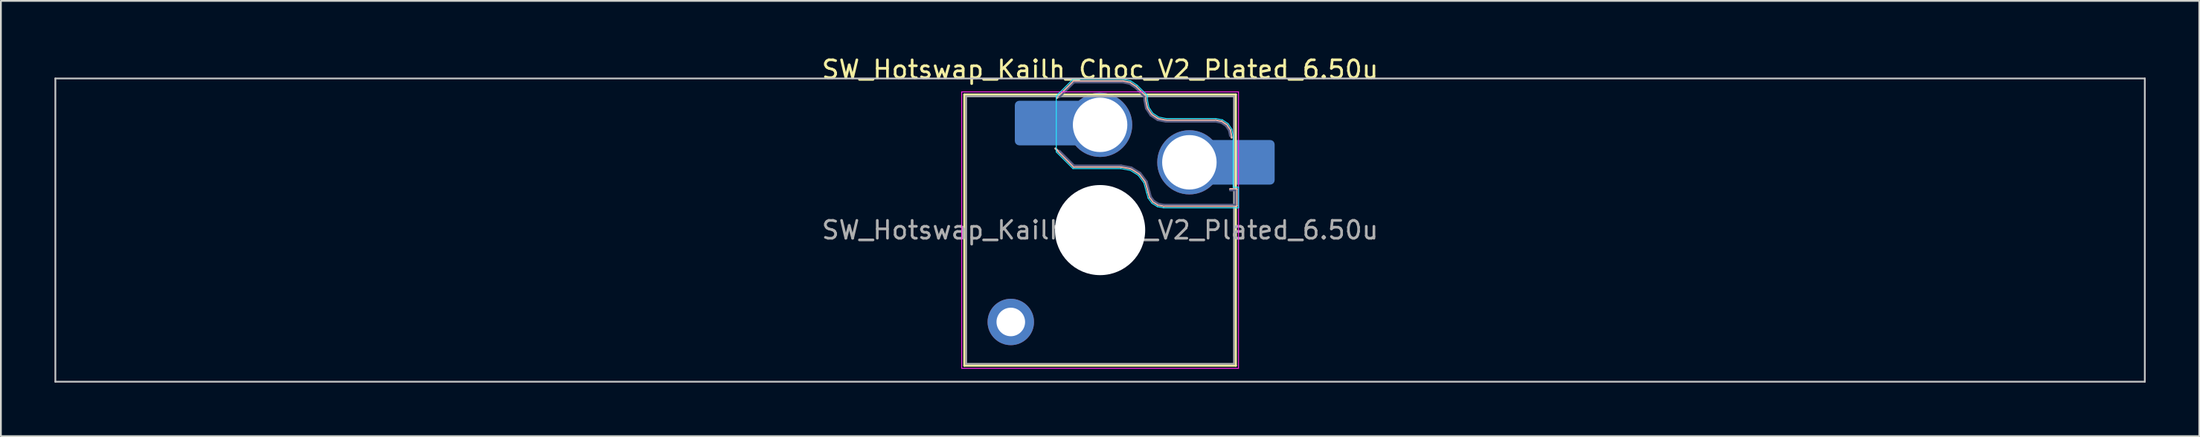
<source format=kicad_pcb>
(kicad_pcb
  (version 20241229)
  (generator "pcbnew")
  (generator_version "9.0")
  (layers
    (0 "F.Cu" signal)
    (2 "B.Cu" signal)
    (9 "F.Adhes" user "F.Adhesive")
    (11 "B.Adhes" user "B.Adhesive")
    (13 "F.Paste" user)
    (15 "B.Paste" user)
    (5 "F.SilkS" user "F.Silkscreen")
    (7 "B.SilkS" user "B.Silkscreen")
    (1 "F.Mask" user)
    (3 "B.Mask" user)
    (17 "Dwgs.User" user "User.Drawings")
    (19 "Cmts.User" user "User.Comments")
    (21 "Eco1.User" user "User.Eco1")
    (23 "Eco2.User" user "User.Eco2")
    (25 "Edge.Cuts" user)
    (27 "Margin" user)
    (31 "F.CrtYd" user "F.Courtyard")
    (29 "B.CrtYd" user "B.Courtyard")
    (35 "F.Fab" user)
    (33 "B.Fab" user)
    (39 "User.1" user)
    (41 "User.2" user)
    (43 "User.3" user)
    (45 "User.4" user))
  (footprint "SW_Hotswap_Kailh_Choc_V2_Plated_6.50u"
    (layer "F.Cu")
    (at 58.55 9.848)
    (property "Reference" "SW_Hotswap_Kailh_Choc_V2_Plated_6.50u" (at 0 -9 0) (layer "F.SilkS") (effects (font (size 1 1) (thickness 0.15))))
    (attr smd)
    (fp_line (start -7.6 -7.6) (end -7.6 7.6) (stroke (width 0.12) (type solid)) (layer "F.SilkS"))
    (fp_line (start -7.6 7.6) (end 7.6 7.6) (stroke (width 0.12) (type solid)) (layer "F.SilkS"))
    (fp_line (start 7.6 -7.6) (end -7.6 -7.6) (stroke (width 0.12) (type solid)) (layer "F.SilkS"))
    (fp_line (start 7.6 7.6) (end 7.6 -7.6) (stroke (width 0.12) (type solid)) (layer "F.SilkS"))
    (fp_line (start -2.416 -7.409) (end -1.479 -8.346) (stroke (width 0.12) (type solid)) (layer "B.SilkS"))
    (fp_line (start -1.479 -8.346) (end 1.268 -8.346) (stroke (width 0.12) (type solid)) (layer "B.SilkS"))
    (fp_line (start -1.479 -3.554) (end -2.5 -4.575) (stroke (width 0.12) (type solid)) (layer "B.SilkS"))
    (fp_line (start 1.168 -3.554) (end -1.479 -3.554) (stroke (width 0.12) (type solid)) (layer "B.SilkS"))
    (fp_line (start 1.268 -8.346) (end 1.671 -8.266) (stroke (width 0.12) (type solid)) (layer "B.SilkS"))
    (fp_line (start 1.671 -8.266) (end 2.013 -8.037) (stroke (width 0.12) (type solid)) (layer "B.SilkS"))
    (fp_line (start 1.73 -3.449) (end 1.168 -3.554) (stroke (width 0.12) (type solid)) (layer "B.SilkS"))
    (fp_line (start 2.013 -8.037) (end 2.546 -7.504) (stroke (width 0.12) (type solid)) (layer "B.SilkS"))
    (fp_line (start 2.209 -3.15) (end 1.73 -3.449) (stroke (width 0.12) (type solid)) (layer "B.SilkS"))
    (fp_line (start 2.546 -7.504) (end 2.546 -7.282) (stroke (width 0.12) (type solid)) (layer "B.SilkS"))
    (fp_line (start 2.546 -7.282) (end 2.633 -6.844) (stroke (width 0.12) (type solid)) (layer "B.SilkS"))
    (fp_line (start 2.547 -2.697) (end 2.209 -3.15) (stroke (width 0.12) (type solid)) (layer "B.SilkS"))
    (fp_line (start 2.633 -6.844) (end 2.877 -6.477) (stroke (width 0.12) (type solid)) (layer "B.SilkS"))
    (fp_line (start 2.701 -2.139) (end 2.547 -2.697) (stroke (width 0.12) (type solid)) (layer "B.SilkS"))
    (fp_line (start 2.783 -1.841) (end 2.701 -2.139) (stroke (width 0.12) (type solid)) (layer "B.SilkS"))
    (fp_line (start 2.877 -6.477) (end 3.244 -6.233) (stroke (width 0.12) (type solid)) (layer "B.SilkS"))
    (fp_line (start 2.976 -1.583) (end 2.783 -1.841) (stroke (width 0.12) (type solid)) (layer "B.SilkS"))
    (fp_line (start 3.244 -6.233) (end 3.682 -6.146) (stroke (width 0.12) (type solid)) (layer "B.SilkS"))
    (fp_line (start 3.25 -1.413) (end 2.976 -1.583) (stroke (width 0.12) (type solid)) (layer "B.SilkS"))
    (fp_line (start 3.56 -1.354) (end 3.25 -1.413) (stroke (width 0.12) (type solid)) (layer "B.SilkS"))
    (fp_line (start 3.682 -6.146) (end 6.482 -6.146) (stroke (width 0.12) (type solid)) (layer "B.SilkS"))
    (fp_line (start 6.482 -6.146) (end 6.809 -6.081) (stroke (width 0.12) (type solid)) (layer "B.SilkS"))
    (fp_line (start 6.809 -6.081) (end 7.092 -5.892) (stroke (width 0.12) (type solid)) (layer "B.SilkS"))
    (fp_line (start 7.092 -5.892) (end 7.281 -5.609) (stroke (width 0.12) (type solid)) (layer "B.SilkS"))
    (fp_line (start 7.281 -5.609) (end 7.366 -5.182) (stroke (width 0.12) (type solid)) (layer "B.SilkS"))
    (fp_line (start 7.283 -2.296) (end 7.646 -2.296) (stroke (width 0.12) (type solid)) (layer "B.SilkS"))
    (fp_line (start 7.646 -2.296) (end 7.646 -1.354) (stroke (width 0.12) (type solid)) (layer "B.SilkS"))
    (fp_line (start 7.646 -1.354) (end 3.56 -1.354) (stroke (width 0.12) (type solid)) (layer "B.SilkS"))
    (fp_line (start -58.5 -8.5) (end -58.5 8.5) (stroke (width 0.1) (type solid)) (layer "Dwgs.User"))
    (fp_line (start -58.5 8.5) (end 58.5 8.5) (stroke (width 0.1) (type solid)) (layer "Dwgs.User"))
    (fp_line (start 58.5 -8.5) (end -58.5 -8.5) (stroke (width 0.1) (type solid)) (layer "Dwgs.User"))
    (fp_line (start 58.5 8.5) (end 58.5 -8.5) (stroke (width 0.1) (type solid)) (layer "Dwgs.User"))
    (fp_line (start -7.25 -7.25) (end -7.25 7.25) (stroke (width 0.1) (type solid)) (layer "Eco1.User"))
    (fp_line (start -7.25 7.25) (end 7.25 7.25) (stroke (width 0.1) (type solid)) (layer "Eco1.User"))
    (fp_line (start 7.25 -7.25) (end -7.25 -7.25) (stroke (width 0.1) (type solid)) (layer "Eco1.User"))
    (fp_line (start 7.25 7.25) (end 7.25 -7.25) (stroke (width 0.1) (type solid)) (layer "Eco1.User"))
    (fp_line (start -2.452 -7.523) (end -1.523 -8.452) (stroke (width 0.05) (type solid)) (layer "B.CrtYd"))
    (fp_line (start -2.452 -4.377) (end -2.452 -7.523) (stroke (width 0.05) (type solid)) (layer "B.CrtYd"))
    (fp_line (start -1.523 -8.452) (end 1.278 -8.452) (stroke (width 0.05) (type solid)) (layer "B.CrtYd"))
    (fp_line (start -1.523 -3.448) (end -2.452 -4.377) (stroke (width 0.05) (type solid)) (layer "B.CrtYd"))
    (fp_line (start 1.159 -3.448) (end -1.523 -3.448) (stroke (width 0.05) (type solid)) (layer "B.CrtYd"))
    (fp_line (start 1.278 -8.452) (end 1.712 -8.366) (stroke (width 0.05) (type solid)) (layer "B.CrtYd"))
    (fp_line (start 1.691 -3.348) (end 1.159 -3.448) (stroke (width 0.05) (type solid)) (layer "B.CrtYd"))
    (fp_line (start 1.712 -8.366) (end 2.081 -8.119) (stroke (width 0.05) (type solid)) (layer "B.CrtYd"))
    (fp_line (start 2.081 -8.119) (end 2.652 -7.548) (stroke (width 0.05) (type solid)) (layer "B.CrtYd"))
    (fp_line (start 2.136 -3.071) (end 1.691 -3.348) (stroke (width 0.05) (type solid)) (layer "B.CrtYd"))
    (fp_line (start 2.45 -2.65) (end 2.136 -3.071) (stroke (width 0.05) (type solid)) (layer "B.CrtYd"))
    (fp_line (start 2.599 -2.111) (end 2.45 -2.65) (stroke (width 0.05) (type solid)) (layer "B.CrtYd"))
    (fp_line (start 2.652 -7.548) (end 2.652 -7.292) (stroke (width 0.05) (type solid)) (layer "B.CrtYd"))
    (fp_line (start 2.652 -7.292) (end 2.733 -6.885) (stroke (width 0.05) (type solid)) (layer "B.CrtYd"))
    (fp_line (start 2.687 -1.794) (end 2.599 -2.111) (stroke (width 0.05) (type solid)) (layer "B.CrtYd"))
    (fp_line (start 2.733 -6.885) (end 2.953 -6.553) (stroke (width 0.05) (type solid)) (layer "B.CrtYd"))
    (fp_line (start 2.903 -1.503) (end 2.687 -1.794) (stroke (width 0.05) (type solid)) (layer "B.CrtYd"))
    (fp_line (start 2.953 -6.553) (end 3.285 -6.333) (stroke (width 0.05) (type solid)) (layer "B.CrtYd"))
    (fp_line (start 3.211 -1.312) (end 2.903 -1.503) (stroke (width 0.05) (type solid)) (layer "B.CrtYd"))
    (fp_line (start 3.285 -6.333) (end 3.692 -6.252) (stroke (width 0.05) (type solid)) (layer "B.CrtYd"))
    (fp_line (start 3.55 -1.248) (end 3.211 -1.312) (stroke (width 0.05) (type solid)) (layer "B.CrtYd"))
    (fp_line (start 3.692 -6.252) (end 6.492 -6.252) (stroke (width 0.05) (type solid)) (layer "B.CrtYd"))
    (fp_line (start 6.492 -6.252) (end 6.85 -6.181) (stroke (width 0.05) (type solid)) (layer "B.CrtYd"))
    (fp_line (start 6.85 -6.181) (end 7.168 -5.968) (stroke (width 0.05) (type solid)) (layer "B.CrtYd"))
    (fp_line (start 7.168 -5.968) (end 7.381 -5.65) (stroke (width 0.05) (type solid)) (layer "B.CrtYd"))
    (fp_line (start 7.381 -5.65) (end 7.452 -5.292) (stroke (width 0.05) (type solid)) (layer "B.CrtYd"))
    (fp_line (start 7.452 -5.292) (end 7.452 -2.402) (stroke (width 0.05) (type solid)) (layer "B.CrtYd"))
    (fp_line (start 7.452 -2.402) (end 7.752 -2.402) (stroke (width 0.05) (type solid)) (layer "B.CrtYd"))
    (fp_line (start 7.752 -2.402) (end 7.752 -1.248) (stroke (width 0.05) (type solid)) (layer "B.CrtYd"))
    (fp_line (start 7.752 -1.248) (end 3.55 -1.248) (stroke (width 0.05) (type solid)) (layer "B.CrtYd"))
    (fp_line (start -7.75 -7.75) (end -7.75 7.75) (stroke (width 0.05) (type solid)) (layer "F.CrtYd"))
    (fp_line (start -7.75 7.75) (end 7.75 7.75) (stroke (width 0.05) (type solid)) (layer "F.CrtYd"))
    (fp_line (start 7.75 -7.75) (end -7.75 -7.75) (stroke (width 0.05) (type solid)) (layer "F.CrtYd"))
    (fp_line (start 7.75 7.75) (end 7.75 -7.75) (stroke (width 0.05) (type solid)) (layer "F.CrtYd"))
    (fp_line (start -2.275 -7.45) (end -1.45 -8.275) (stroke (width 0.1) (type solid)) (layer "B.Fab"))
    (fp_line (start -1.45 -8.275) (end 1.261 -8.275) (stroke (width 0.1) (type solid)) (layer "B.Fab"))
    (fp_line (start -1.45 -3.625) (end -2.275 -4.45) (stroke (width 0.1) (type solid)) (layer "B.Fab"))
    (fp_line (start 1.175 -3.625) (end -1.45 -3.625) (stroke (width 0.1) (type solid)) (layer "B.Fab"))
    (fp_line (start 1.261 -8.275) (end 1.643 -8.199) (stroke (width 0.1) (type solid)) (layer "B.Fab"))
    (fp_line (start 1.643 -8.199) (end 1.968 -7.982) (stroke (width 0.1) (type solid)) (layer "B.Fab"))
    (fp_line (start 1.756 -3.516) (end 1.175 -3.625) (stroke (width 0.1) (type solid)) (layer "B.Fab"))
    (fp_line (start 1.968 -7.982) (end 2.475 -7.475) (stroke (width 0.1) (type solid)) (layer "B.Fab"))
    (fp_line (start 2.258 -3.203) (end 1.756 -3.516) (stroke (width 0.1) (type solid)) (layer "B.Fab"))
    (fp_line (start 2.475 -7.475) (end 2.475 -7.275) (stroke (width 0.1) (type solid)) (layer "B.Fab"))
    (fp_line (start 2.475 -7.275) (end 2.566 -6.816) (stroke (width 0.1) (type solid)) (layer "B.Fab"))
    (fp_line (start 2.566 -6.816) (end 2.826 -6.426) (stroke (width 0.1) (type solid)) (layer "B.Fab"))
    (fp_line (start 2.612 -2.729) (end 2.258 -3.203) (stroke (width 0.1) (type solid)) (layer "B.Fab"))
    (fp_line (start 2.769 -2.158) (end 2.612 -2.729) (stroke (width 0.1) (type solid)) (layer "B.Fab"))
    (fp_line (start 2.826 -6.426) (end 3.216 -6.166) (stroke (width 0.1) (type solid)) (layer "B.Fab"))
    (fp_line (start 2.848 -1.873) (end 2.769 -2.158) (stroke (width 0.1) (type solid)) (layer "B.Fab"))
    (fp_line (start 3.025 -1.636) (end 2.848 -1.873) (stroke (width 0.1) (type solid)) (layer "B.Fab"))
    (fp_line (start 3.216 -6.166) (end 3.675 -6.075) (stroke (width 0.1) (type solid)) (layer "B.Fab"))
    (fp_line (start 3.276 -1.48) (end 3.025 -1.636) (stroke (width 0.1) (type solid)) (layer "B.Fab"))
    (fp_line (start 3.567 -1.425) (end 3.276 -1.48) (stroke (width 0.1) (type solid)) (layer "B.Fab"))
    (fp_line (start 3.675 -6.075) (end 6.475 -6.075) (stroke (width 0.1) (type solid)) (layer "B.Fab"))
    (fp_line (start 6.475 -6.075) (end 6.781 -6.014) (stroke (width 0.1) (type solid)) (layer "B.Fab"))
    (fp_line (start 6.781 -6.014) (end 7.041 -5.841) (stroke (width 0.1) (type solid)) (layer "B.Fab"))
    (fp_line (start 7.041 -5.841) (end 7.214 -5.581) (stroke (width 0.1) (type solid)) (layer "B.Fab"))
    (fp_line (start 7.214 -5.581) (end 7.275 -5.275) (stroke (width 0.1) (type solid)) (layer "B.Fab"))
    (fp_line (start 7.275 -2.225) (end 7.575 -2.225) (stroke (width 0.1) (type solid)) (layer "B.Fab"))
    (fp_line (start 7.575 -2.225) (end 7.575 -1.425) (stroke (width 0.1) (type solid)) (layer "B.Fab"))
    (fp_line (start 7.575 -1.425) (end 3.567 -1.425) (stroke (width 0.1) (type solid)) (layer "B.Fab"))
    (fp_line (start -7.5 -7.5) (end -7.5 7.5) (stroke (width 0.1) (type solid)) (layer "F.Fab"))
    (fp_line (start -7.5 7.5) (end 7.5 7.5) (stroke (width 0.1) (type solid)) (layer "F.Fab"))
    (fp_line (start 7.5 -7.5) (end -7.5 -7.5) (stroke (width 0.1) (type solid)) (layer "F.Fab"))
    (fp_line (start 7.5 7.5) (end 7.5 -7.5) (stroke (width 0.1) (type solid)) (layer "F.Fab"))
    (fp_text user "${REFERENCE}" (at 0 0 0) (layer "F.Fab") (effects (font (size 1 1) (thickness 0.15))))
    (pad "" thru_hole circle (at -5 5.15) (size 2.6 2.6) (drill 1.6) (layers "*.Cu" "*.Mask"))
    (pad "" smd roundrect (at -3.5 -6) (size 2.55 2.5) (layers "B.Mask" "B.Paste") (roundrect_rratio 0.1))
    (pad "" np_thru_hole circle (at 0 0) (size 5.05 5.05) (drill 5.05) (layers "*.Cu" "*.Mask"))
    (pad "" smd roundrect (at 8.5 -3.8) (size 2.55 2.5) (layers "B.Mask" "B.Paste") (roundrect_rratio 0.1))
    (pad "1" smd roundrect (at -2.85 -6) (size 3.85 2.5) (layers "B.Cu") (roundrect_rratio 0.1))
    (pad "1" thru_hole circle (at 0 -5.9) (size 3.6 3.6) (drill 3.05) (layers "*.Cu" "*.Mask"))
    (pad "2" thru_hole circle (at 5 -3.8) (size 3.6 3.6) (drill 3.05) (layers "*.Cu" "*.Mask"))
    (pad "2" smd roundrect (at 7.85 -3.8) (size 3.85 2.5) (layers "B.Cu") (roundrect_rratio 0.1)))
  (gr_rect
    (start -3 -3)
    (end 120.1 21.398)
    (stroke (width 0.1) (type default))
    (fill no)
    (layer "Edge.Cuts")))
</source>
